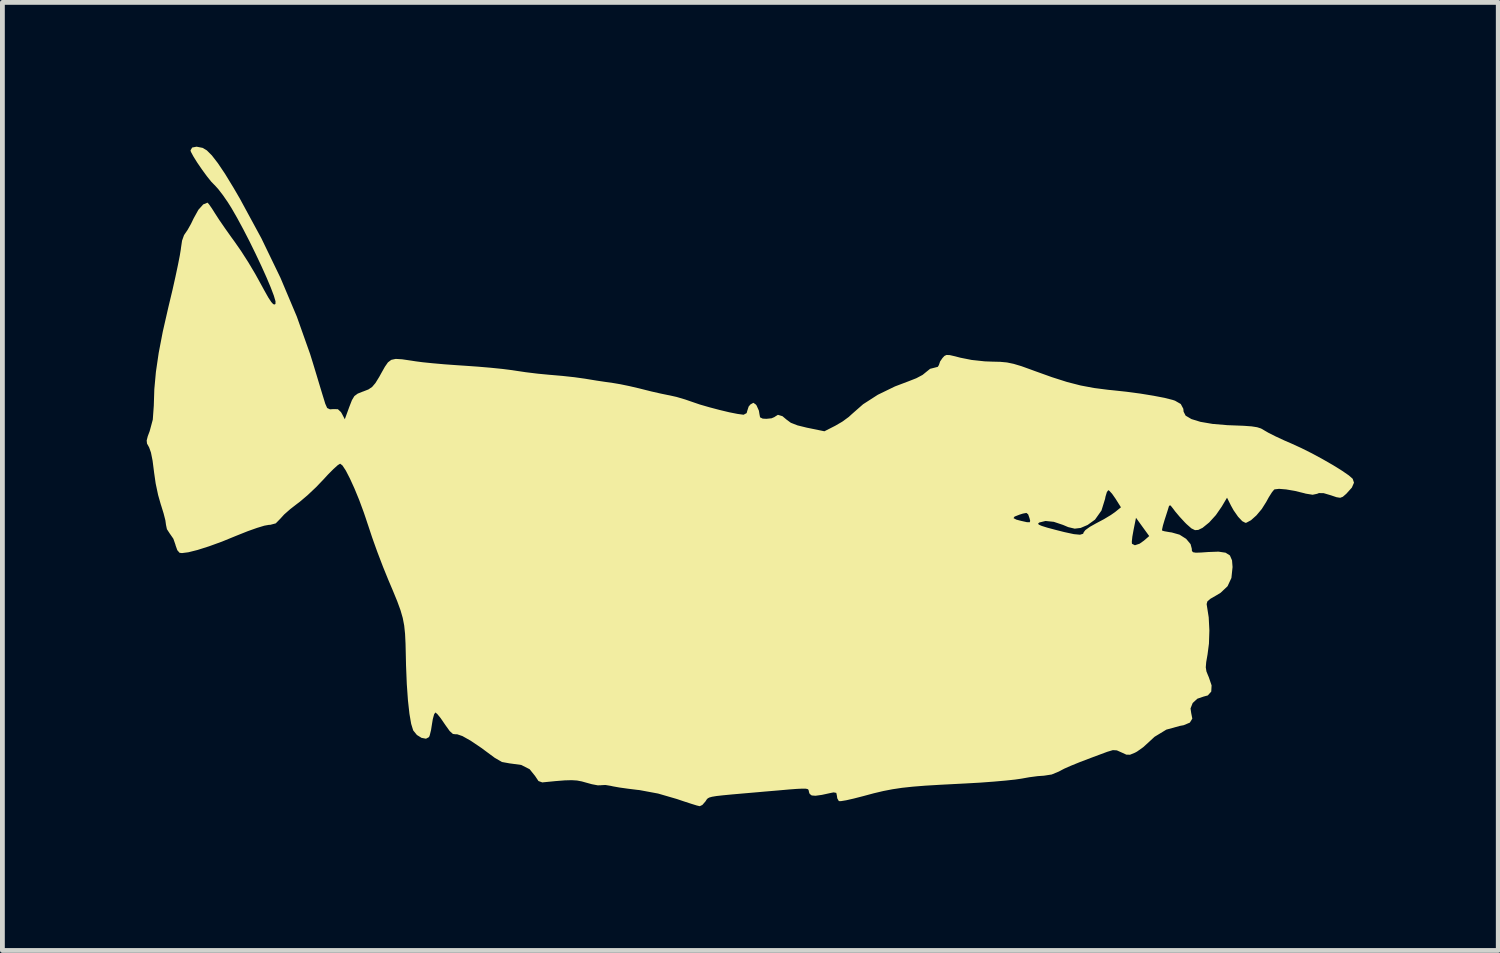
<source format=kicad_pcb>
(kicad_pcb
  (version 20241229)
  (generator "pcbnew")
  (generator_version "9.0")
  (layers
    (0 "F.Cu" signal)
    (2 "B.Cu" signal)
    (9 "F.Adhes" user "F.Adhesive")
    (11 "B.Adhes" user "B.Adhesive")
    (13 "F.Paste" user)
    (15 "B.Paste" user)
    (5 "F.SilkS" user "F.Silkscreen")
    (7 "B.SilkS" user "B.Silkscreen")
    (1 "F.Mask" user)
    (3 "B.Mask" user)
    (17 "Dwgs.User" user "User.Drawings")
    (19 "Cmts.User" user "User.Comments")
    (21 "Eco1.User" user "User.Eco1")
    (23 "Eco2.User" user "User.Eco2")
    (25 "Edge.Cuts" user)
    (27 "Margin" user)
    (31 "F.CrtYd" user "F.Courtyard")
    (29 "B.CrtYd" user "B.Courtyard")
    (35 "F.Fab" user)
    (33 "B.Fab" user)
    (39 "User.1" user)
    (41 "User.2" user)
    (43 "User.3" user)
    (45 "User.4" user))
  (footprint "HAIFISCH"
    (layer "F.Cu")
    (at 12.53 7.101)
    (property "Reference" "HAIFISCH" (at 0 0 0) (layer "F.SilkS") (effects (font (size 1.524 1.524) (thickness 0.3))))
    (attr board_only exclude_from_pos_files exclude_from_bom)
    (fp_poly (pts (xy -11.366 -7.076) (xy -11.279 -7.024) (xy -11.175 -6.92) (xy -11.051 -6.76) (xy -10.901 -6.537) (xy -10.723 -6.245) (xy -10.592 -6.02) (xy -10.145 -5.196) (xy -9.748 -4.374) (xy -9.408 -3.568) (xy -9.132 -2.791) (xy -9.075 -2.608) (xy -9.001 -2.364) (xy -8.934 -2.141) (xy -8.877 -1.953) (xy -8.835 -1.817) (xy -8.817 -1.757) (xy -8.777 -1.667) (xy -8.718 -1.639) (xy -8.653 -1.644) (xy -8.554 -1.642) (xy -8.49 -1.582) (xy -8.47 -1.548) (xy -8.41 -1.433) (xy -8.317 -1.689) (xy -8.262 -1.83) (xy -8.211 -1.915) (xy -8.142 -1.966) (xy -8.034 -2.009) (xy -8.024 -2.012) (xy -7.919 -2.053) (xy -7.842 -2.105) (xy -7.773 -2.186) (xy -7.693 -2.316) (xy -7.654 -2.387) (xy -7.577 -2.524) (xy -7.513 -2.616) (xy -7.444 -2.668) (xy -7.352 -2.688) (xy -7.22 -2.68) (xy -7.029 -2.652) (xy -6.933 -2.637) (xy -6.787 -2.618) (xy -6.579 -2.597) (xy -6.331 -2.575) (xy -6.066 -2.556) (xy -5.915 -2.546) (xy -5.645 -2.527) (xy -5.376 -2.504) (xy -5.13 -2.479) (xy -4.933 -2.454) (xy -4.855 -2.442) (xy -4.647 -2.411) (xy -4.401 -2.381) (xy -4.162 -2.358) (xy -4.113 -2.354) (xy -3.883 -2.334) (xy -3.634 -2.307) (xy -3.413 -2.276) (xy -3.371 -2.269) (xy -3.176 -2.237) (xy -2.982 -2.208) (xy -2.828 -2.186) (xy -2.82 -2.185) (xy -2.679 -2.161) (xy -2.491 -2.122) (xy -2.289 -2.075) (xy -2.226 -2.059) (xy -2.031 -2.01) (xy -1.841 -1.967) (xy -1.691 -1.936) (xy -1.654 -1.929) (xy -1.511 -1.897) (xy -1.332 -1.844) (xy -1.187 -1.794) (xy -1.029 -1.74) (xy -0.832 -1.683) (xy -0.62 -1.627) (xy -0.416 -1.578) (xy -0.244 -1.544) (xy -0.127 -1.528) (xy -0.117 -1.527) (xy -0.054 -1.561) (xy -0.042 -1.606) (xy -0.012 -1.698) (xy 0.026 -1.742) (xy 0.086 -1.775) (xy 0.137 -1.739) (xy 0.153 -1.718) (xy 0.201 -1.61) (xy 0.212 -1.54) (xy 0.225 -1.473) (xy 0.28 -1.446) (xy 0.358 -1.442) (xy 0.464 -1.453) (xy 0.527 -1.48) (xy 0.53 -1.484) (xy 0.596 -1.525) (xy 0.69 -1.497) (xy 0.776 -1.425) (xy 0.864 -1.36) (xy 1.002 -1.306) (xy 1.209 -1.255) (xy 1.217 -1.254) (xy 1.563 -1.183) (xy 1.787 -1.297) (xy 1.935 -1.383) (xy 2.069 -1.481) (xy 2.129 -1.536) (xy 2.367 -1.745) (xy 2.673 -1.942) (xy 3.031 -2.116) (xy 3.308 -2.221) (xy 3.474 -2.286) (xy 3.604 -2.355) (xy 3.674 -2.412) (xy 3.761 -2.482) (xy 3.84 -2.502) (xy 3.921 -2.523) (xy 3.944 -2.561) (xy 3.969 -2.635) (xy 4.018 -2.706) (xy 4.059 -2.75) (xy 4.102 -2.77) (xy 4.17 -2.767) (xy 4.283 -2.741) (xy 4.389 -2.713) (xy 4.626 -2.666) (xy 4.896 -2.637) (xy 5.054 -2.631) (xy 5.22 -2.627) (xy 5.36 -2.614) (xy 5.498 -2.585) (xy 5.659 -2.537) (xy 5.867 -2.462) (xy 5.929 -2.439) (xy 6.294 -2.308) (xy 6.608 -2.208) (xy 6.892 -2.135) (xy 7.169 -2.083) (xy 7.464 -2.045) (xy 7.548 -2.037) (xy 7.845 -2.005) (xy 8.137 -1.966) (xy 8.406 -1.922) (xy 8.635 -1.878) (xy 8.805 -1.835) (xy 8.853 -1.819) (xy 8.973 -1.75) (xy 9.026 -1.651) (xy 9.032 -1.59) (xy 9.074 -1.508) (xy 9.194 -1.437) (xy 9.383 -1.379) (xy 9.635 -1.336) (xy 9.943 -1.31) (xy 10.052 -1.306) (xy 10.283 -1.297) (xy 10.447 -1.285) (xy 10.561 -1.267) (xy 10.642 -1.241) (xy 10.708 -1.203) (xy 10.709 -1.202) (xy 10.799 -1.15) (xy 10.946 -1.076) (xy 11.127 -0.992) (xy 11.279 -0.926) (xy 11.48 -0.834) (xy 11.702 -0.723) (xy 11.927 -0.601) (xy 12.141 -0.478) (xy 12.326 -0.363) (xy 12.467 -0.266) (xy 12.548 -0.195) (xy 12.548 -0.195) (xy 12.575 -0.114) (xy 12.531 -0.012) (xy 12.414 0.118) (xy 12.409 0.122) (xy 12.343 0.179) (xy 12.288 0.2) (xy 12.212 0.188) (xy 12.094 0.148) (xy 11.945 0.104) (xy 11.846 0.102) (xy 11.809 0.117) (xy 11.715 0.137) (xy 11.573 0.114) (xy 11.537 0.104) (xy 11.345 0.057) (xy 11.164 0.026) (xy 11.017 0.014) (xy 10.925 0.025) (xy 10.914 0.031) (xy 10.87 0.084) (xy 10.804 0.188) (xy 10.749 0.288) (xy 10.657 0.434) (xy 10.546 0.566) (xy 10.433 0.667) (xy 10.338 0.718) (xy 10.318 0.721) (xy 10.251 0.686) (xy 10.164 0.593) (xy 10.072 0.461) (xy 10.018 0.364) (xy 9.935 0.198) (xy 9.824 0.385) (xy 9.703 0.56) (xy 9.564 0.713) (xy 9.426 0.825) (xy 9.337 0.868) (xy 9.269 0.873) (xy 9.194 0.836) (xy 9.093 0.747) (xy 9.06 0.714) (xy 8.95 0.595) (xy 8.855 0.482) (xy 8.812 0.424) (xy 8.76 0.359) (xy 8.731 0.365) (xy 8.725 0.382) (xy 8.702 0.457) (xy 8.663 0.579) (xy 8.638 0.656) (xy 8.602 0.777) (xy 8.584 0.86) (xy 8.585 0.882) (xy 8.633 0.896) (xy 8.735 0.914) (xy 8.785 0.921) (xy 8.948 0.967) (xy 9.085 1.054) (xy 9.177 1.164) (xy 9.202 1.258) (xy 9.205 1.305) (xy 9.228 1.332) (xy 9.287 1.342) (xy 9.399 1.338) (xy 9.541 1.328) (xy 9.758 1.32) (xy 9.905 1.342) (xy 9.995 1.399) (xy 10.039 1.501) (xy 10.05 1.64) (xy 10.026 1.867) (xy 9.946 2.039) (xy 9.802 2.175) (xy 9.711 2.23) (xy 9.588 2.301) (xy 9.526 2.355) (xy 9.511 2.41) (xy 9.518 2.457) (xy 9.554 2.686) (xy 9.568 2.958) (xy 9.559 3.233) (xy 9.53 3.456) (xy 9.502 3.617) (xy 9.493 3.725) (xy 9.507 3.812) (xy 9.545 3.906) (xy 9.555 3.928) (xy 9.614 4.101) (xy 9.607 4.23) (xy 9.535 4.31) (xy 9.45 4.333) (xy 9.318 4.378) (xy 9.221 4.467) (xy 9.176 4.58) (xy 9.19 4.677) (xy 9.213 4.792) (xy 9.162 4.875) (xy 9.033 4.929) (xy 8.957 4.943) (xy 8.673 5.021) (xy 8.428 5.17) (xy 8.311 5.278) (xy 8.191 5.387) (xy 8.064 5.477) (xy 8.02 5.501) (xy 7.918 5.543) (xy 7.841 5.541) (xy 7.743 5.496) (xy 7.742 5.496) (xy 7.644 5.452) (xy 7.561 5.447) (xy 7.448 5.481) (xy 7.439 5.484) (xy 7.122 5.602) (xy 6.875 5.696) (xy 6.688 5.772) (xy 6.552 5.832) (xy 6.457 5.882) (xy 6.439 5.892) (xy 6.289 5.954) (xy 6.127 5.979) (xy 5.997 5.988) (xy 5.823 6.011) (xy 5.661 6.04) (xy 5.531 6.059) (xy 5.334 6.08) (xy 5.085 6.102) (xy 4.803 6.123) (xy 4.502 6.14) (xy 4.368 6.147) (xy 3.981 6.167) (xy 3.663 6.186) (xy 3.4 6.207) (xy 3.177 6.231) (xy 2.977 6.261) (xy 2.786 6.298) (xy 2.588 6.345) (xy 2.369 6.404) (xy 2.361 6.406) (xy 2.174 6.454) (xy 2.016 6.49) (xy 1.906 6.508) (xy 1.863 6.507) (xy 1.83 6.449) (xy 1.823 6.396) (xy 1.81 6.336) (xy 1.754 6.326) (xy 1.707 6.335) (xy 1.509 6.378) (xy 1.378 6.396) (xy 1.299 6.39) (xy 1.257 6.358) (xy 1.243 6.323) (xy 1.238 6.294) (xy 1.231 6.272) (xy 1.214 6.257) (xy 1.175 6.249) (xy 1.105 6.248) (xy 0.994 6.253) (xy 0.831 6.265) (xy 0.607 6.285) (xy 0.311 6.31) (xy 0.212 6.319) (xy -0.113 6.347) (xy -0.364 6.369) (xy -0.551 6.387) (xy -0.684 6.402) (xy -0.774 6.417) (xy -0.831 6.433) (xy -0.865 6.452) (xy -0.886 6.475) (xy -0.905 6.505) (xy -0.91 6.513) (xy -0.975 6.587) (xy -1.029 6.613) (xy -1.089 6.599) (xy -1.209 6.562) (xy -1.371 6.509) (xy -1.504 6.464) (xy -1.896 6.35) (xy -2.283 6.278) (xy -2.331 6.273) (xy -2.525 6.249) (xy -2.703 6.224) (xy -2.837 6.2) (xy -2.876 6.191) (xy -2.99 6.172) (xy -3.076 6.176) (xy -3.079 6.178) (xy -3.152 6.179) (xy -3.273 6.156) (xy -3.378 6.127) (xy -3.482 6.098) (xy -3.581 6.079) (xy -3.693 6.072) (xy -3.836 6.076) (xy -4.026 6.091) (xy -4.281 6.116) (xy -4.302 6.119) (xy -4.383 6.09) (xy -4.454 5.984) (xy -4.567 5.844) (xy -4.74 5.756) (xy -4.965 5.725) (xy -4.971 5.725) (xy -5.143 5.694) (xy -5.294 5.606) (xy -5.571 5.401) (xy -5.795 5.25) (xy -5.964 5.155) (xy -6.075 5.117) (xy -6.104 5.118) (xy -6.162 5.111) (xy -6.229 5.051) (xy -6.318 4.927) (xy -6.335 4.902) (xy -6.418 4.781) (xy -6.487 4.696) (xy -6.527 4.664) (xy -6.553 4.703) (xy -6.58 4.801) (xy -6.595 4.891) (xy -6.617 5.03) (xy -6.644 5.139) (xy -6.659 5.176) (xy -6.722 5.21) (xy -6.815 5.192) (xy -6.911 5.132) (xy -6.985 5.041) (xy -6.989 5.034) (xy -7.03 4.901) (xy -7.066 4.692) (xy -7.097 4.414) (xy -7.121 4.075) (xy -7.137 3.683) (xy -7.141 3.498) (xy -7.147 3.237) (xy -7.157 3.03) (xy -7.175 2.857) (xy -7.205 2.7) (xy -7.252 2.537) (xy -7.32 2.351) (xy -7.415 2.12) (xy -7.505 1.908) (xy -7.615 1.637) (xy -7.733 1.328) (xy -7.81 1.114) (xy 7.955 1.114) (xy 7.958 1.156) (xy 8.019 1.187) (xy 8.117 1.155) (xy 8.206 1.092) (xy 8.317 0.996) (xy 8.179 0.806) (xy 8.042 0.616) (xy 7.991 0.87) (xy 7.966 1.009) (xy 7.955 1.114) (xy -7.81 1.114) (xy -7.843 1.02) (xy -7.928 0.764) (xy -7.937 0.738) (xy 6.006 0.738) (xy 6.022 0.759) (xy 6.082 0.785) (xy 6.197 0.821) (xy 6.377 0.869) (xy 6.551 0.913) (xy 6.75 0.956) (xy 6.878 0.968) (xy 6.943 0.948) (xy 6.954 0.918) (xy 6.99 0.871) (xy 7.083 0.804) (xy 7.213 0.731) (xy 7.219 0.728) (xy 7.375 0.645) (xy 7.518 0.559) (xy 7.607 0.497) (xy 7.729 0.398) (xy 7.617 0.22) (xy 7.545 0.117) (xy 7.486 0.053) (xy 7.466 0.042) (xy 7.437 0.08) (xy 7.408 0.175) (xy 7.399 0.223) (xy 7.324 0.465) (xy 7.19 0.654) (xy 7.036 0.765) (xy 6.891 0.827) (xy 6.768 0.842) (xy 6.633 0.81) (xy 6.524 0.764) (xy 6.333 0.7) (xy 6.161 0.682) (xy 6.031 0.714) (xy 6.025 0.718) (xy 6.006 0.738) (xy -7.937 0.738) (xy -7.975 0.623) (xy 5.495 0.623) (xy 5.554 0.654) (xy 5.648 0.679) (xy 5.772 0.707) (xy 5.831 0.709) (xy 5.842 0.681) (xy 5.828 0.625) (xy 5.8 0.545) (xy 5.764 0.515) (xy 5.692 0.528) (xy 5.619 0.551) (xy 5.517 0.591) (xy 5.495 0.623) (xy -7.975 0.623) (xy -8.017 0.5) (xy -8.112 0.243) (xy -8.21 0.005) (xy -8.304 -0.201) (xy -8.388 -0.364) (xy -8.458 -0.471) (xy -8.507 -0.509) (xy -8.507 -0.509) (xy -8.556 -0.479) (xy -8.646 -0.398) (xy -8.762 -0.281) (xy -8.849 -0.186) (xy -9.008 -0.02) (xy -9.184 0.146) (xy -9.347 0.284) (xy -9.403 0.326) (xy -9.545 0.436) (xy -9.671 0.547) (xy -9.752 0.636) (xy -9.755 0.639) (xy -9.846 0.732) (xy -9.959 0.762) (xy -9.989 0.763) (xy -10.083 0.78) (xy -10.235 0.826) (xy -10.427 0.894) (xy -10.64 0.979) (xy -10.675 0.993) (xy -10.966 1.112) (xy -11.236 1.21) (xy -11.472 1.285) (xy -11.663 1.333) (xy -11.796 1.35) (xy -11.846 1.344) (xy -11.893 1.29) (xy -11.929 1.189) (xy -11.932 1.175) (xy -11.975 1.052) (xy -12.042 0.955) (xy -12.044 0.953) (xy -12.109 0.853) (xy -12.128 0.764) (xy -12.141 0.669) (xy -12.178 0.525) (xy -12.229 0.36) (xy -12.235 0.343) (xy -12.292 0.143) (xy -12.343 -0.098) (xy -12.377 -0.334) (xy -12.38 -0.36) (xy -12.407 -0.571) (xy -12.441 -0.741) (xy -12.48 -0.85) (xy -12.486 -0.86) (xy -12.523 -0.927) (xy -12.53 -0.991) (xy -12.507 -1.081) (xy -12.468 -1.184) (xy -12.403 -1.425) (xy -12.382 -1.715) (xy -12.382 -1.717) (xy -12.371 -2.058) (xy -12.338 -2.418) (xy -12.28 -2.813) (xy -12.195 -3.255) (xy -12.08 -3.759) (xy -12.059 -3.847) (xy -11.991 -4.131) (xy -11.931 -4.4) (xy -11.88 -4.64) (xy -11.842 -4.833) (xy -11.82 -4.967) (xy -11.816 -5.001) (xy -11.794 -5.148) (xy -11.753 -5.262) (xy -11.734 -5.29) (xy -11.68 -5.369) (xy -11.609 -5.495) (xy -11.554 -5.609) (xy -11.455 -5.788) (xy -11.355 -5.9) (xy -11.265 -5.937) (xy -11.234 -5.903) (xy -11.174 -5.817) (xy -11.109 -5.714) (xy -11.023 -5.581) (xy -10.904 -5.408) (xy -10.773 -5.223) (xy -10.706 -5.131) (xy -10.568 -4.933) (xy -10.416 -4.696) (xy -10.273 -4.456) (xy -10.201 -4.326) (xy -10.084 -4.112) (xy -10 -3.963) (xy -9.94 -3.872) (xy -9.899 -3.827) (xy -9.869 -3.819) (xy -9.852 -3.831) (xy -9.851 -3.886) (xy -9.886 -4.004) (xy -9.95 -4.173) (xy -10.038 -4.382) (xy -10.145 -4.62) (xy -10.265 -4.874) (xy -10.392 -5.133) (xy -10.522 -5.385) (xy -10.649 -5.62) (xy -10.767 -5.825) (xy -10.843 -5.946) (xy -10.944 -6.092) (xy -11.041 -6.218) (xy -11.114 -6.299) (xy -11.123 -6.307) (xy -11.189 -6.375) (xy -11.28 -6.489) (xy -11.38 -6.626) (xy -11.478 -6.769) (xy -11.558 -6.897) (xy -11.609 -6.991) (xy -11.619 -7.024) (xy -11.584 -7.083) (xy -11.492 -7.101)) (stroke (width 0) (type solid)) (fill yes) (layer "F.SilkS")))
  (gr_rect
    (start -3 -3)
    (end 28.105 16.714)
    (stroke (width 0.1) (type default))
    (fill no)
    (layer "Edge.Cuts")))
</source>
